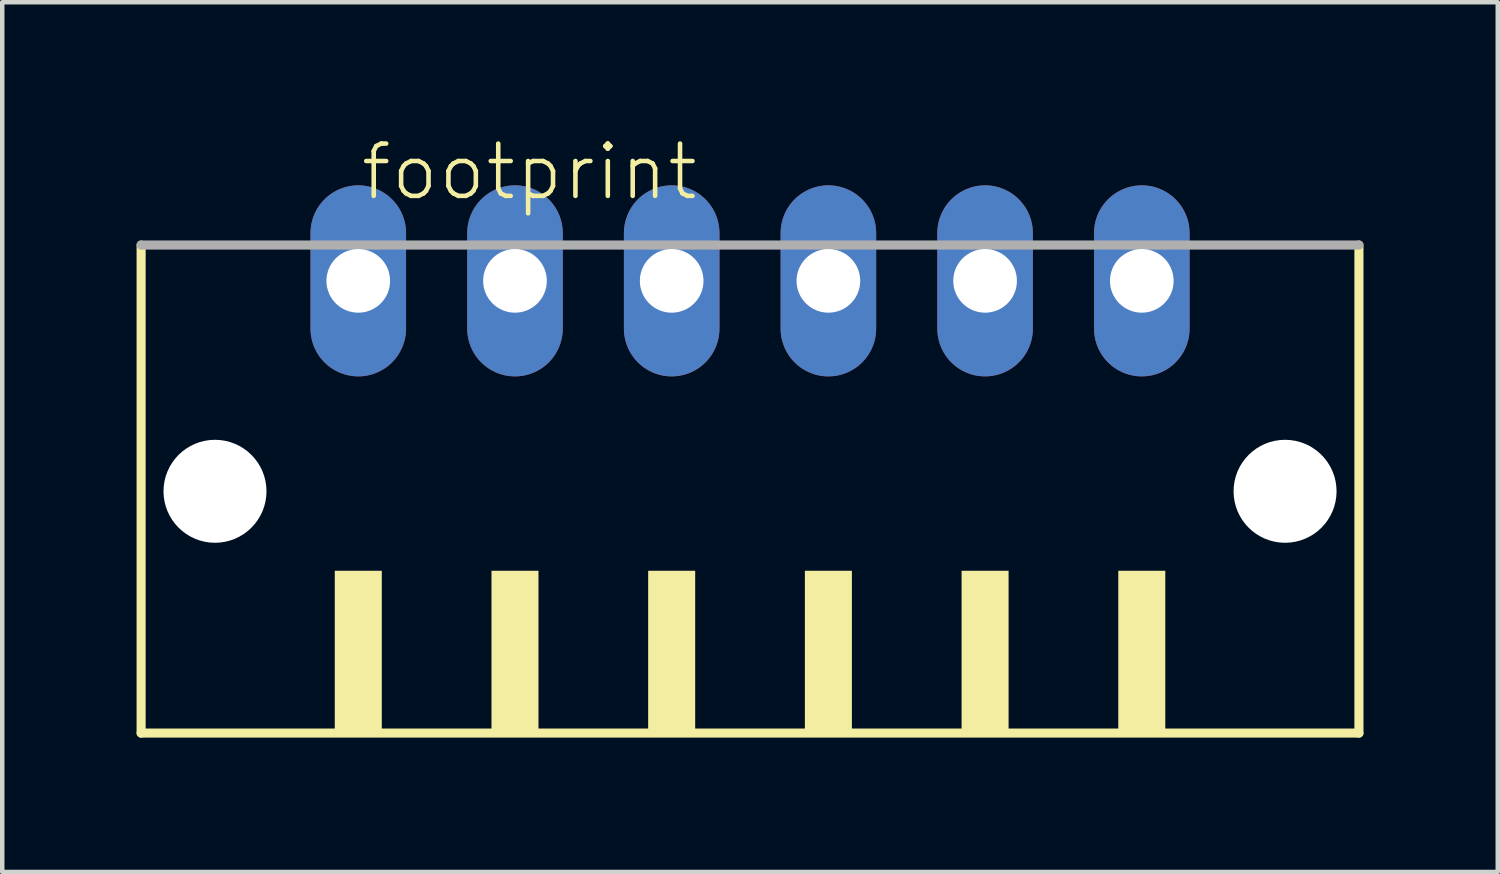
<source format=kicad_pcb>
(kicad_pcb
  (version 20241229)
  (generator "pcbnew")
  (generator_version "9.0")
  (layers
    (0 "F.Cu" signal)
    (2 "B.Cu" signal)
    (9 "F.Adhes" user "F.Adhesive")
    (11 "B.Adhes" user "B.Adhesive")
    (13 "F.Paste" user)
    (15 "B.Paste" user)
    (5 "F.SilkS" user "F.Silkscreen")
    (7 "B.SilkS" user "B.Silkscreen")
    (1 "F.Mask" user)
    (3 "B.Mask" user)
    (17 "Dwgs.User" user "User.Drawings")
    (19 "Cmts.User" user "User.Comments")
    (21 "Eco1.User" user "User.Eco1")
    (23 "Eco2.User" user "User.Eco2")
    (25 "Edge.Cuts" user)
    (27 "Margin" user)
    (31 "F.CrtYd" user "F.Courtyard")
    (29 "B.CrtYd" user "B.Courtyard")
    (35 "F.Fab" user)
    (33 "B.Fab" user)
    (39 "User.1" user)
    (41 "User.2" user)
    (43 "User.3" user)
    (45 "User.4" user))
  (footprint "footprint"
    (layer "F.Cu")
    (at 13.702 8.473)
    (property "Reference" "footprint" (at -8.75 -7 0) (layer "F.SilkS") (effects (font (size 1.168 1.168) (thickness 0.102)) (justify left bottom)))
    (fp_line (start -13.6 -6.05) (end -13.6 4.85) (stroke (width 0.203) (type solid)) (layer "F.SilkS"))
    (fp_line (start -13.6 4.85) (end 13.6 4.85) (stroke (width 0.203) (type solid)) (layer "F.SilkS"))
    (fp_line (start 13.6 4.85) (end 13.6 -6.05) (stroke (width 0.203) (type solid)) (layer "F.SilkS"))
    (fp_poly (pts (xy -9.275 4.9) (xy -8.225 4.9) (xy -8.225 1.225) (xy -9.275 1.225)) (stroke (width 0) (type solid)) (fill yes) (layer "F.SilkS"))
    (fp_poly (pts (xy -5.775 4.9) (xy -4.725 4.9) (xy -4.725 1.225) (xy -5.775 1.225)) (stroke (width 0) (type solid)) (fill yes) (layer "F.SilkS"))
    (fp_poly (pts (xy -2.275 4.9) (xy -1.225 4.9) (xy -1.225 1.225) (xy -2.275 1.225)) (stroke (width 0) (type solid)) (fill yes) (layer "F.SilkS"))
    (fp_poly (pts (xy 1.225 4.9) (xy 2.275 4.9) (xy 2.275 1.225) (xy 1.225 1.225)) (stroke (width 0) (type solid)) (fill yes) (layer "F.SilkS"))
    (fp_poly (pts (xy 4.725 4.9) (xy 5.775 4.9) (xy 5.775 1.225) (xy 4.725 1.225)) (stroke (width 0) (type solid)) (fill yes) (layer "F.SilkS"))
    (fp_poly (pts (xy 8.225 4.9) (xy 9.275 4.9) (xy 9.275 1.225) (xy 8.225 1.225)) (stroke (width 0) (type solid)) (fill yes) (layer "F.SilkS"))
    (fp_line (start 13.6 -6.05) (end -13.6 -6.05) (stroke (width 0.203) (type solid)) (layer "F.Fab"))
    (pad "" np_thru_hole circle (at -11.95 -0.55) (size 2.3 2.3) (drill 2.3) (layers "*.Cu" "*.Mask"))
    (pad "" np_thru_hole circle (at 11.95 -0.55) (size 2.3 2.3) (drill 2.3) (layers "*.Cu" "*.Mask"))
    (pad "1" thru_hole oval (at -8.75 -5.25 90) (size 4.267 2.134) (drill 1.422) (layers "*.Cu" "*.Mask"))
    (pad "2" thru_hole oval (at -5.25 -5.25 90) (size 4.267 2.134) (drill 1.422) (layers "*.Cu" "*.Mask"))
    (pad "3" thru_hole oval (at -1.75 -5.25 90) (size 4.267 2.134) (drill 1.422) (layers "*.Cu" "*.Mask"))
    (pad "4" thru_hole oval (at 1.75 -5.25 90) (size 4.267 2.134) (drill 1.422) (layers "*.Cu" "*.Mask"))
    (pad "5" thru_hole oval (at 5.25 -5.25 90) (size 4.267 2.134) (drill 1.422) (layers "*.Cu" "*.Mask"))
    (pad "6" thru_hole oval (at 8.75 -5.25 90) (size 4.267 2.134) (drill 1.422) (layers "*.Cu" "*.Mask")))
  (gr_rect
    (start -3 -3)
    (end 30.403 16.425)
    (stroke (width 0.1) (type default))
    (fill no)
    (layer "Edge.Cuts")))
</source>
